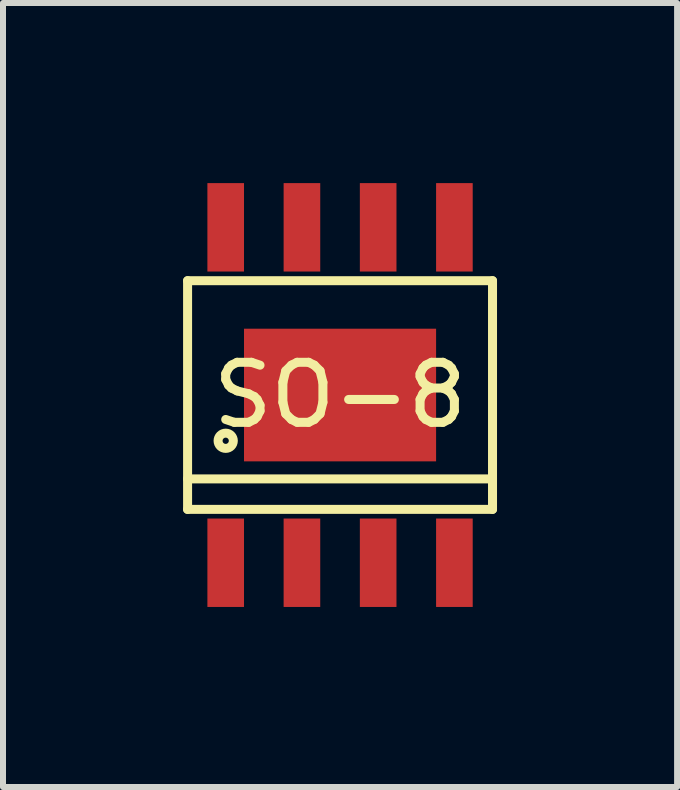
<source format=kicad_pcb>
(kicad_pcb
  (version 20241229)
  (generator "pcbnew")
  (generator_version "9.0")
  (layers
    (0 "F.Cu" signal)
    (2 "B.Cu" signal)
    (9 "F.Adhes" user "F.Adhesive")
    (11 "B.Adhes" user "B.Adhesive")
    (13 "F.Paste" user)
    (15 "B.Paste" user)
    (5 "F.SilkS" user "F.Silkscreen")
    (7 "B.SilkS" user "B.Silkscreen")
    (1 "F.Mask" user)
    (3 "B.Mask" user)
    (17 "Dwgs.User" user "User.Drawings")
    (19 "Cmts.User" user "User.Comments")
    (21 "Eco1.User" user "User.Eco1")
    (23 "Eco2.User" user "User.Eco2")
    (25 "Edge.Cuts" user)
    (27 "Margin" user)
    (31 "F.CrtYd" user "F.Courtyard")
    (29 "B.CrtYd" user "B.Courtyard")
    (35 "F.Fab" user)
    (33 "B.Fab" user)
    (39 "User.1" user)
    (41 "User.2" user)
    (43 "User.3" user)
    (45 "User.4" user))
  (footprint "SO-8"
    (layer "F.Cu")
    (at 2.615 3.531)
    (property "Reference" "SO-8" (at 0 0 0) (layer "F.SilkS") (effects (font (size 1 1) (thickness 0.15))))
    (attr through_hole)
    (fp_line (start -2.54 -1.905) (end 2.54 -1.905) (stroke (width 0.15) (type solid)) (layer "F.SilkS"))
    (fp_line (start -2.54 1.397) (end 2.54 1.397) (stroke (width 0.15) (type solid)) (layer "F.SilkS"))
    (fp_line (start -2.54 1.905) (end -2.54 -1.905) (stroke (width 0.15) (type solid)) (layer "F.SilkS"))
    (fp_line (start -2.54 1.905) (end 2.54 1.905) (stroke (width 0.15) (type solid)) (layer "F.SilkS"))
    (fp_line (start 2.54 1.905) (end 2.54 -1.905) (stroke (width 0.15) (type solid)) (layer "F.SilkS"))
    (fp_circle (center -1.905 0.762) (end -1.778 0.762) (stroke (width 0.15) (type solid)) (fill no) (layer "F.SilkS"))
    (pad "1" smd rect (at -1.905 2.794) (size 0.61 1.473) (layers "F.Cu" "F.Mask" "F.Paste"))
    (pad "2" smd rect (at -0.635 2.794) (size 0.61 1.473) (layers "F.Cu" "F.Mask" "F.Paste"))
    (pad "3" smd rect (at 0.635 2.794) (size 0.61 1.473) (layers "F.Cu" "F.Mask" "F.Paste"))
    (pad "4" smd rect (at 1.905 2.794) (size 0.61 1.473) (layers "F.Cu" "F.Mask" "F.Paste"))
    (pad "5" smd rect (at 1.905 -2.794) (size 0.61 1.473) (layers "F.Cu" "F.Mask" "F.Paste"))
    (pad "6" smd rect (at 0.635 -2.794) (size 0.61 1.473) (layers "F.Cu" "F.Mask" "F.Paste"))
    (pad "7" smd rect (at -0.635 -2.794) (size 0.61 1.473) (layers "F.Cu" "F.Mask" "F.Paste"))
    (pad "8" smd rect (at -1.905 -2.794) (size 0.61 1.473) (layers "F.Cu" "F.Mask" "F.Paste"))
    (pad "9" smd rect (at 0 0) (size 3.2 2.21) (layers "F.Cu" "F.Mask" "F.Paste")))
  (gr_rect
    (start -3 -3)
    (end 8.23 10.061)
    (stroke (width 0.1) (type default))
    (fill no)
    (layer "Edge.Cuts")))
</source>
